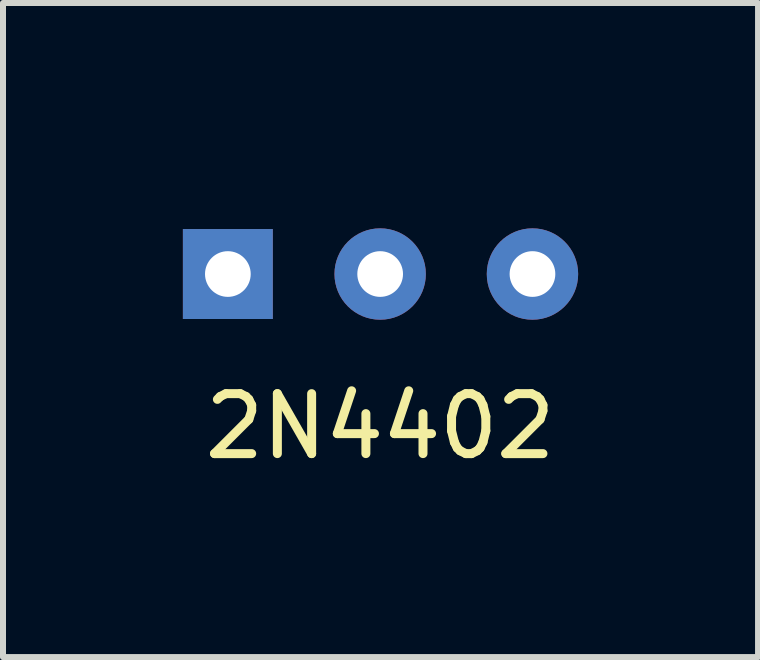
<source format=kicad_pcb>
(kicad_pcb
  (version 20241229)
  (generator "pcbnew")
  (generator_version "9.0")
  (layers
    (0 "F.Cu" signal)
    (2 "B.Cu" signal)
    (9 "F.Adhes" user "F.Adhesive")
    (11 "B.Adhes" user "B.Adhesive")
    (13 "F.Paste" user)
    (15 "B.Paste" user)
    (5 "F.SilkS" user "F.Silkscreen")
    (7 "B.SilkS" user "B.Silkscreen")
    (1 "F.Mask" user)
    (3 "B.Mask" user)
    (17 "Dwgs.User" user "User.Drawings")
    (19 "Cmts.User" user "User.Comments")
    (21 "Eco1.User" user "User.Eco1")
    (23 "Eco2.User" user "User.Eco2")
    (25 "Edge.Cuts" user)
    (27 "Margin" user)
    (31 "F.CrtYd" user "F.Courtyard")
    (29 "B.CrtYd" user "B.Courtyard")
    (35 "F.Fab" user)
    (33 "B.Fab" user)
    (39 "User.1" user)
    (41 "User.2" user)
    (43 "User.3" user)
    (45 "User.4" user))
  (footprint "2N4402"
    (layer "F.Cu")
    (at 3.29 0.25)
    (property "Reference" "2N4402" (at 0 3.81 0) (layer "F.SilkS") (effects (font (size 1 1) (thickness 0.15))))
    (attr through_hole)
    (pad "1" thru_hole rect (at -2.54 1.27) (size 1.5 1.5) (drill 0.762) (layers "*.Cu" "*.Mask"))
    (pad "2" thru_hole circle (at 0 1.27) (size 1.524 1.524) (drill 0.762) (layers "*.Cu" "*.Mask"))
    (pad "3" thru_hole circle (at 2.54 1.27) (size 1.524 1.524) (drill 0.762) (layers "*.Cu" "*.Mask")))
  (gr_rect
    (start -3 -3)
    (end 9.592 7.908)
    (stroke (width 0.1) (type default))
    (fill no)
    (layer "Edge.Cuts")))
</source>
